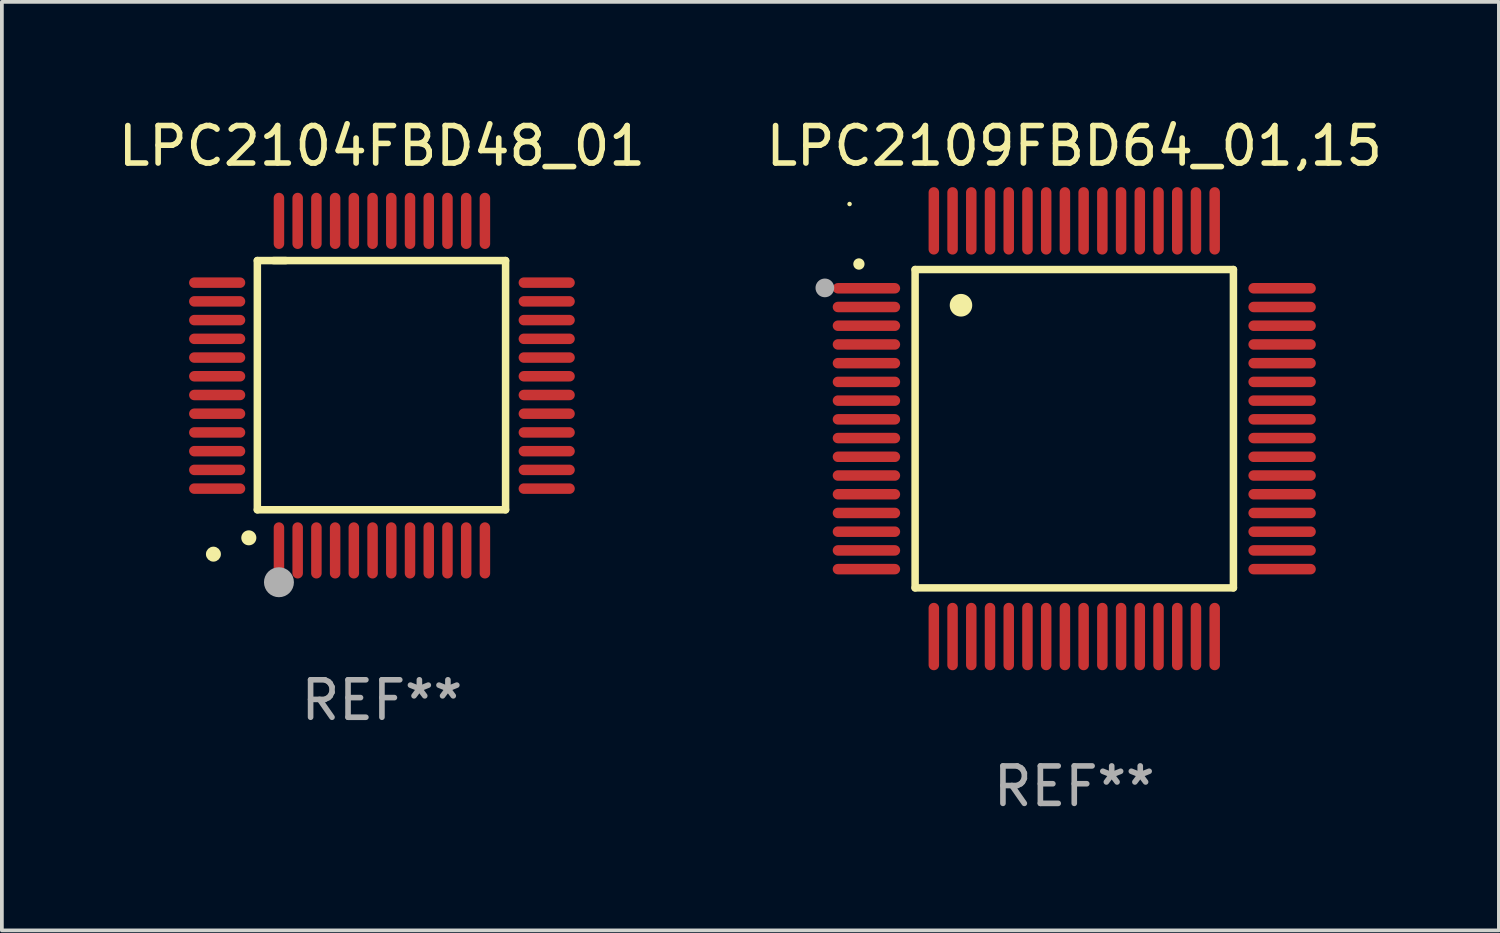
<source format=kicad_pcb>
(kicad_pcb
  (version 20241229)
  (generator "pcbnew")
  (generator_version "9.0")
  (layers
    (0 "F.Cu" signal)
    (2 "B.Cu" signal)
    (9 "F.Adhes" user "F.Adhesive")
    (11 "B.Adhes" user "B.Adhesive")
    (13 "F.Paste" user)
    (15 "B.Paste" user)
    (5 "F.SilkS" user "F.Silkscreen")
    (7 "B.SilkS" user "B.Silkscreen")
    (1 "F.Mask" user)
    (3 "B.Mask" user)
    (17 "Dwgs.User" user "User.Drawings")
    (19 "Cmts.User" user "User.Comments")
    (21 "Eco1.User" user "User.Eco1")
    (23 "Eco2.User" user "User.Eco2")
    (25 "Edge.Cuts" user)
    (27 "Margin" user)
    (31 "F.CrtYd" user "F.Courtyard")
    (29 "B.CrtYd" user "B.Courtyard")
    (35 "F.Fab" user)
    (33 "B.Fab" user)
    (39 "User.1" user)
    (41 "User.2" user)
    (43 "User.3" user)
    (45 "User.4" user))
  (footprint "LPC2109FBD64_01,15"
    (layer "F.Cu")
    (at 25.637 8.398)
    (property "Reference" "LPC2109FBD64_01,15" (at 0 -7.55 0) (layer "F.SilkS") (effects (font (size 1 1) (thickness 0.15))))
    (attr through_hole)
    (fp_line (start -4.25 -4.25) (end -4.25 4.25) (stroke (width 0.2) (type solid)) (layer "F.SilkS"))
    (fp_line (start -4.25 4.25) (end 4.25 4.25) (stroke (width 0.2) (type solid)) (layer "F.SilkS"))
    (fp_line (start 4.25 -4.25) (end -4.25 -4.25) (stroke (width 0.2) (type solid)) (layer "F.SilkS"))
    (fp_line (start 4.25 4.25) (end 4.25 -4.25) (stroke (width 0.2) (type solid)) (layer "F.SilkS"))
    (fp_arc (start -5.750572 -4.396749) (mid -5.750577 -4.398019) (end -5.750572 -4.399289) (stroke (width 0.3) (type solid)) (layer "F.SilkS"))
    (fp_arc (start -3.025146 -3.294387) (mid -3.025157 -3.296927) (end -3.025146 -3.299467) (stroke (width 0.6) (type solid)) (layer "F.SilkS"))
    (fp_circle (center -6 -6) (end -5.97 -6) (stroke (width 0.06) (type solid)) (fill no) (layer "F.SilkS"))
    (fp_circle (center -6.66 -3.76) (end -6.535 -3.76) (stroke (width 0.25) (type solid)) (fill no) (layer "F.Fab"))
    (fp_text user "REF**" (at 0 9.55 0) (layer "F.Fab") (effects (font (size 1 1) (thickness 0.15))))
    (pad "1" smd oval (at -5.55 -3.75) (size 1.8 0.28) (layers "F.Cu" "F.Mask" "F.Paste"))
    (pad "2" smd oval (at -5.55 -3.25) (size 1.8 0.28) (layers "F.Cu" "F.Mask" "F.Paste"))
    (pad "3" smd oval (at -5.55 -2.75) (size 1.8 0.28) (layers "F.Cu" "F.Mask" "F.Paste"))
    (pad "4" smd oval (at -5.55 -2.25) (size 1.8 0.28) (layers "F.Cu" "F.Mask" "F.Paste"))
    (pad "5" smd oval (at -5.55 -1.75) (size 1.8 0.28) (layers "F.Cu" "F.Mask" "F.Paste"))
    (pad "6" smd oval (at -5.55 -1.25) (size 1.8 0.28) (layers "F.Cu" "F.Mask" "F.Paste"))
    (pad "7" smd oval (at -5.55 -0.75) (size 1.8 0.28) (layers "F.Cu" "F.Mask" "F.Paste"))
    (pad "8" smd oval (at -5.55 -0.25) (size 1.8 0.28) (layers "F.Cu" "F.Mask" "F.Paste"))
    (pad "9" smd oval (at -5.55 0.25) (size 1.8 0.28) (layers "F.Cu" "F.Mask" "F.Paste"))
    (pad "10" smd oval (at -5.55 0.75) (size 1.8 0.28) (layers "F.Cu" "F.Mask" "F.Paste"))
    (pad "11" smd oval (at -5.55 1.25) (size 1.8 0.28) (layers "F.Cu" "F.Mask" "F.Paste"))
    (pad "12" smd oval (at -5.55 1.75) (size 1.8 0.28) (layers "F.Cu" "F.Mask" "F.Paste"))
    (pad "13" smd oval (at -5.55 2.25) (size 1.8 0.28) (layers "F.Cu" "F.Mask" "F.Paste"))
    (pad "14" smd oval (at -5.55 2.75) (size 1.8 0.28) (layers "F.Cu" "F.Mask" "F.Paste"))
    (pad "15" smd oval (at -5.55 3.25) (size 1.8 0.28) (layers "F.Cu" "F.Mask" "F.Paste"))
    (pad "16" smd oval (at -5.55 3.75) (size 1.8 0.28) (layers "F.Cu" "F.Mask" "F.Paste"))
    (pad "17" smd oval (at -3.75 5.55) (size 0.28 1.8) (layers "F.Cu" "F.Mask" "F.Paste"))
    (pad "18" smd oval (at -3.25 5.55) (size 0.28 1.8) (layers "F.Cu" "F.Mask" "F.Paste"))
    (pad "19" smd oval (at -2.75 5.55) (size 0.28 1.8) (layers "F.Cu" "F.Mask" "F.Paste"))
    (pad "20" smd oval (at -2.25 5.55) (size 0.28 1.8) (layers "F.Cu" "F.Mask" "F.Paste"))
    (pad "21" smd oval (at -1.75 5.55) (size 0.28 1.8) (layers "F.Cu" "F.Mask" "F.Paste"))
    (pad "22" smd oval (at -1.25 5.55) (size 0.28 1.8) (layers "F.Cu" "F.Mask" "F.Paste"))
    (pad "23" smd oval (at -0.75 5.55) (size 0.28 1.8) (layers "F.Cu" "F.Mask" "F.Paste"))
    (pad "24" smd oval (at -0.25 5.55) (size 0.28 1.8) (layers "F.Cu" "F.Mask" "F.Paste"))
    (pad "25" smd oval (at 0.25 5.55) (size 0.28 1.8) (layers "F.Cu" "F.Mask" "F.Paste"))
    (pad "26" smd oval (at 0.75 5.55) (size 0.28 1.8) (layers "F.Cu" "F.Mask" "F.Paste"))
    (pad "27" smd oval (at 1.25 5.55) (size 0.28 1.8) (layers "F.Cu" "F.Mask" "F.Paste"))
    (pad "28" smd oval (at 1.75 5.55) (size 0.28 1.8) (layers "F.Cu" "F.Mask" "F.Paste"))
    (pad "29" smd oval (at 2.25 5.55) (size 0.28 1.8) (layers "F.Cu" "F.Mask" "F.Paste"))
    (pad "30" smd oval (at 2.75 5.55) (size 0.28 1.8) (layers "F.Cu" "F.Mask" "F.Paste"))
    (pad "31" smd oval (at 3.25 5.55) (size 0.28 1.8) (layers "F.Cu" "F.Mask" "F.Paste"))
    (pad "32" smd oval (at 3.75 5.55) (size 0.28 1.8) (layers "F.Cu" "F.Mask" "F.Paste"))
    (pad "33" smd oval (at 5.55 3.75) (size 1.8 0.28) (layers "F.Cu" "F.Mask" "F.Paste"))
    (pad "34" smd oval (at 5.55 3.25) (size 1.8 0.28) (layers "F.Cu" "F.Mask" "F.Paste"))
    (pad "35" smd oval (at 5.55 2.75) (size 1.8 0.28) (layers "F.Cu" "F.Mask" "F.Paste"))
    (pad "36" smd oval (at 5.55 2.25) (size 1.8 0.28) (layers "F.Cu" "F.Mask" "F.Paste"))
    (pad "37" smd oval (at 5.55 1.75) (size 1.8 0.28) (layers "F.Cu" "F.Mask" "F.Paste"))
    (pad "38" smd oval (at 5.55 1.25) (size 1.8 0.28) (layers "F.Cu" "F.Mask" "F.Paste"))
    (pad "39" smd oval (at 5.55 0.75) (size 1.8 0.28) (layers "F.Cu" "F.Mask" "F.Paste"))
    (pad "40" smd oval (at 5.55 0.25) (size 1.8 0.28) (layers "F.Cu" "F.Mask" "F.Paste"))
    (pad "41" smd oval (at 5.55 -0.25) (size 1.8 0.28) (layers "F.Cu" "F.Mask" "F.Paste"))
    (pad "42" smd oval (at 5.55 -0.75) (size 1.8 0.28) (layers "F.Cu" "F.Mask" "F.Paste"))
    (pad "43" smd oval (at 5.55 -1.25) (size 1.8 0.28) (layers "F.Cu" "F.Mask" "F.Paste"))
    (pad "44" smd oval (at 5.55 -1.75) (size 1.8 0.28) (layers "F.Cu" "F.Mask" "F.Paste"))
    (pad "45" smd oval (at 5.55 -2.25) (size 1.8 0.28) (layers "F.Cu" "F.Mask" "F.Paste"))
    (pad "46" smd oval (at 5.55 -2.75) (size 1.8 0.28) (layers "F.Cu" "F.Mask" "F.Paste"))
    (pad "47" smd oval (at 5.55 -3.25) (size 1.8 0.28) (layers "F.Cu" "F.Mask" "F.Paste"))
    (pad "48" smd oval (at 5.55 -3.75) (size 1.8 0.28) (layers "F.Cu" "F.Mask" "F.Paste"))
    (pad "49" smd oval (at 3.75 -5.55) (size 0.28 1.8) (layers "F.Cu" "F.Mask" "F.Paste"))
    (pad "50" smd oval (at 3.25 -5.55) (size 0.28 1.8) (layers "F.Cu" "F.Mask" "F.Paste"))
    (pad "51" smd oval (at 2.75 -5.55) (size 0.28 1.8) (layers "F.Cu" "F.Mask" "F.Paste"))
    (pad "52" smd oval (at 2.25 -5.55) (size 0.28 1.8) (layers "F.Cu" "F.Mask" "F.Paste"))
    (pad "53" smd oval (at 1.75 -5.55) (size 0.28 1.8) (layers "F.Cu" "F.Mask" "F.Paste"))
    (pad "54" smd oval (at 1.25 -5.55) (size 0.28 1.8) (layers "F.Cu" "F.Mask" "F.Paste"))
    (pad "55" smd oval (at 0.75 -5.55) (size 0.28 1.8) (layers "F.Cu" "F.Mask" "F.Paste"))
    (pad "56" smd oval (at 0.25 -5.55) (size 0.28 1.8) (layers "F.Cu" "F.Mask" "F.Paste"))
    (pad "57" smd oval (at -0.25 -5.55) (size 0.28 1.8) (layers "F.Cu" "F.Mask" "F.Paste"))
    (pad "58" smd oval (at -0.75 -5.55) (size 0.28 1.8) (layers "F.Cu" "F.Mask" "F.Paste"))
    (pad "59" smd oval (at -1.25 -5.55) (size 0.28 1.8) (layers "F.Cu" "F.Mask" "F.Paste"))
    (pad "60" smd oval (at -1.75 -5.55) (size 0.28 1.8) (layers "F.Cu" "F.Mask" "F.Paste"))
    (pad "61" smd oval (at -2.25 -5.55) (size 0.28 1.8) (layers "F.Cu" "F.Mask" "F.Paste"))
    (pad "62" smd oval (at -2.75 -5.55) (size 0.28 1.8) (layers "F.Cu" "F.Mask" "F.Paste"))
    (pad "63" smd oval (at -3.25 -5.55) (size 0.28 1.8) (layers "F.Cu" "F.Mask" "F.Paste"))
    (pad "64" smd oval (at -3.75 -5.55) (size 0.28 1.8) (layers "F.Cu" "F.Mask" "F.Paste")))
  (footprint "LPC2104FBD48_01"
    (layer "F.Cu")
    (at 7.149 7.248)
    (property "Reference" "LPC2104FBD48_01" (at 0 -6.4 0) (layer "F.SilkS") (effects (font (size 1 1) (thickness 0.15))))
    (attr through_hole)
    (fp_line (start -3.327 -3.34) (end -2.565 -3.34) (stroke (width 0.2) (type solid)) (layer "F.SilkS"))
    (fp_line (start -3.327 3.315) (end -3.327 -3.34) (stroke (width 0.2) (type solid)) (layer "F.SilkS"))
    (fp_line (start -2.896 -3.34) (end 3.302 -3.34) (stroke (width 0.2) (type solid)) (layer "F.SilkS"))
    (fp_line (start 3.302 -3.34) (end 3.302 3.315) (stroke (width 0.2) (type solid)) (layer "F.SilkS"))
    (fp_line (start 3.302 3.315) (end -3.327 3.315) (stroke (width 0.2) (type solid)) (layer "F.SilkS"))
    (fp_arc (start -3.556007 4.064008) (mid -3.554737 4.064004) (end -3.553467 4.064008) (stroke (width 0.4) (type solid)) (layer "F.SilkS"))
    (fp_circle (center -4.5 4.5) (end -4.4 4.5) (stroke (width 0.2) (type solid)) (fill no) (layer "F.SilkS"))
    (fp_circle (center -2.75 5.25) (end -2.55 5.25) (stroke (width 0.4) (type solid)) (fill no) (layer "F.Fab"))
    (fp_text user "REF**" (at 0 8.4 0) (layer "F.Fab") (effects (font (size 1 1) (thickness 0.15))))
    (pad "1" smd oval (at -2.75 4.4 180) (size 0.28 1.5) (layers "F.Cu" "F.Mask" "F.Paste"))
    (pad "2" smd oval (at -2.25 4.4 180) (size 0.28 1.5) (layers "F.Cu" "F.Mask" "F.Paste"))
    (pad "3" smd oval (at -1.75 4.4 180) (size 0.28 1.5) (layers "F.Cu" "F.Mask" "F.Paste"))
    (pad "4" smd oval (at -1.25 4.4 180) (size 0.28 1.5) (layers "F.Cu" "F.Mask" "F.Paste"))
    (pad "5" smd oval (at -0.75 4.4 180) (size 0.28 1.5) (layers "F.Cu" "F.Mask" "F.Paste"))
    (pad "6" smd oval (at -0.25 4.4 180) (size 0.28 1.5) (layers "F.Cu" "F.Mask" "F.Paste"))
    (pad "7" smd oval (at 0.25 4.4 180) (size 0.28 1.5) (layers "F.Cu" "F.Mask" "F.Paste"))
    (pad "8" smd oval (at 0.75 4.4 180) (size 0.28 1.5) (layers "F.Cu" "F.Mask" "F.Paste"))
    (pad "9" smd oval (at 1.25 4.4 180) (size 0.28 1.5) (layers "F.Cu" "F.Mask" "F.Paste"))
    (pad "10" smd oval (at 1.75 4.4 180) (size 0.28 1.5) (layers "F.Cu" "F.Mask" "F.Paste"))
    (pad "11" smd oval (at 2.25 4.4 180) (size 0.28 1.5) (layers "F.Cu" "F.Mask" "F.Paste"))
    (pad "12" smd oval (at 2.75 4.4 180) (size 0.28 1.5) (layers "F.Cu" "F.Mask" "F.Paste"))
    (pad "13" smd oval (at 4.4 2.75 90) (size 0.28 1.5) (layers "F.Cu" "F.Mask" "F.Paste"))
    (pad "14" smd oval (at 4.4 2.25 90) (size 0.28 1.5) (layers "F.Cu" "F.Mask" "F.Paste"))
    (pad "15" smd oval (at 4.4 1.75 90) (size 0.28 1.5) (layers "F.Cu" "F.Mask" "F.Paste"))
    (pad "16" smd oval (at 4.4 1.25 90) (size 0.28 1.5) (layers "F.Cu" "F.Mask" "F.Paste"))
    (pad "17" smd oval (at 4.4 0.75 90) (size 0.28 1.5) (layers "F.Cu" "F.Mask" "F.Paste"))
    (pad "18" smd oval (at 4.4 0.25 90) (size 0.28 1.5) (layers "F.Cu" "F.Mask" "F.Paste"))
    (pad "19" smd oval (at 4.4 -0.25 90) (size 0.28 1.5) (layers "F.Cu" "F.Mask" "F.Paste"))
    (pad "20" smd oval (at 4.4 -0.75 90) (size 0.28 1.5) (layers "F.Cu" "F.Mask" "F.Paste"))
    (pad "21" smd oval (at 4.4 -1.25 90) (size 0.28 1.5) (layers "F.Cu" "F.Mask" "F.Paste"))
    (pad "22" smd oval (at 4.4 -1.75 90) (size 0.28 1.5) (layers "F.Cu" "F.Mask" "F.Paste"))
    (pad "23" smd oval (at 4.4 -2.25 90) (size 0.28 1.5) (layers "F.Cu" "F.Mask" "F.Paste"))
    (pad "24" smd oval (at 4.4 -2.75 90) (size 0.28 1.5) (layers "F.Cu" "F.Mask" "F.Paste"))
    (pad "25" smd oval (at 2.75 -4.4 180) (size 0.28 1.5) (layers "F.Cu" "F.Mask" "F.Paste"))
    (pad "26" smd oval (at 2.25 -4.4 180) (size 0.28 1.5) (layers "F.Cu" "F.Mask" "F.Paste"))
    (pad "27" smd oval (at 1.75 -4.4 180) (size 0.28 1.5) (layers "F.Cu" "F.Mask" "F.Paste"))
    (pad "28" smd oval (at 1.25 -4.4 180) (size 0.28 1.5) (layers "F.Cu" "F.Mask" "F.Paste"))
    (pad "29" smd oval (at 0.75 -4.4 180) (size 0.28 1.5) (layers "F.Cu" "F.Mask" "F.Paste"))
    (pad "30" smd oval (at 0.25 -4.4 180) (size 0.28 1.5) (layers "F.Cu" "F.Mask" "F.Paste"))
    (pad "31" smd oval (at -0.25 -4.4 180) (size 0.28 1.5) (layers "F.Cu" "F.Mask" "F.Paste"))
    (pad "32" smd oval (at -0.75 -4.4 180) (size 0.28 1.5) (layers "F.Cu" "F.Mask" "F.Paste"))
    (pad "33" smd oval (at -1.25 -4.4 180) (size 0.28 1.5) (layers "F.Cu" "F.Mask" "F.Paste"))
    (pad "34" smd oval (at -1.75 -4.4 180) (size 0.28 1.5) (layers "F.Cu" "F.Mask" "F.Paste"))
    (pad "35" smd oval (at -2.25 -4.4 180) (size 0.28 1.5) (layers "F.Cu" "F.Mask" "F.Paste"))
    (pad "36" smd oval (at -2.75 -4.4 180) (size 0.28 1.5) (layers "F.Cu" "F.Mask" "F.Paste"))
    (pad "37" smd oval (at -4.4 -2.75 90) (size 0.28 1.5) (layers "F.Cu" "F.Mask" "F.Paste"))
    (pad "38" smd oval (at -4.4 -2.25 90) (size 0.28 1.5) (layers "F.Cu" "F.Mask" "F.Paste"))
    (pad "39" smd oval (at -4.4 -1.75 90) (size 0.28 1.5) (layers "F.Cu" "F.Mask" "F.Paste"))
    (pad "40" smd oval (at -4.4 -1.25 90) (size 0.28 1.5) (layers "F.Cu" "F.Mask" "F.Paste"))
    (pad "41" smd oval (at -4.4 -0.75 90) (size 0.28 1.5) (layers "F.Cu" "F.Mask" "F.Paste"))
    (pad "42" smd oval (at -4.4 -0.25 90) (size 0.28 1.5) (layers "F.Cu" "F.Mask" "F.Paste"))
    (pad "43" smd oval (at -4.4 0.25 90) (size 0.28 1.5) (layers "F.Cu" "F.Mask" "F.Paste"))
    (pad "44" smd oval (at -4.4 0.75 90) (size 0.28 1.5) (layers "F.Cu" "F.Mask" "F.Paste"))
    (pad "45" smd oval (at -4.4 1.25 90) (size 0.28 1.5) (layers "F.Cu" "F.Mask" "F.Paste"))
    (pad "46" smd oval (at -4.4 1.75 90) (size 0.28 1.5) (layers "F.Cu" "F.Mask" "F.Paste"))
    (pad "47" smd oval (at -4.4 2.25 90) (size 0.28 1.5) (layers "F.Cu" "F.Mask" "F.Paste"))
    (pad "48" smd oval (at -4.4 2.75 90) (size 0.28 1.5) (layers "F.Cu" "F.Mask" "F.Paste")))
  (gr_rect
    (start -3 -3)
    (end 36.976 21.796)
    (stroke (width 0.1) (type default))
    (fill no)
    (layer "Edge.Cuts")))
</source>
